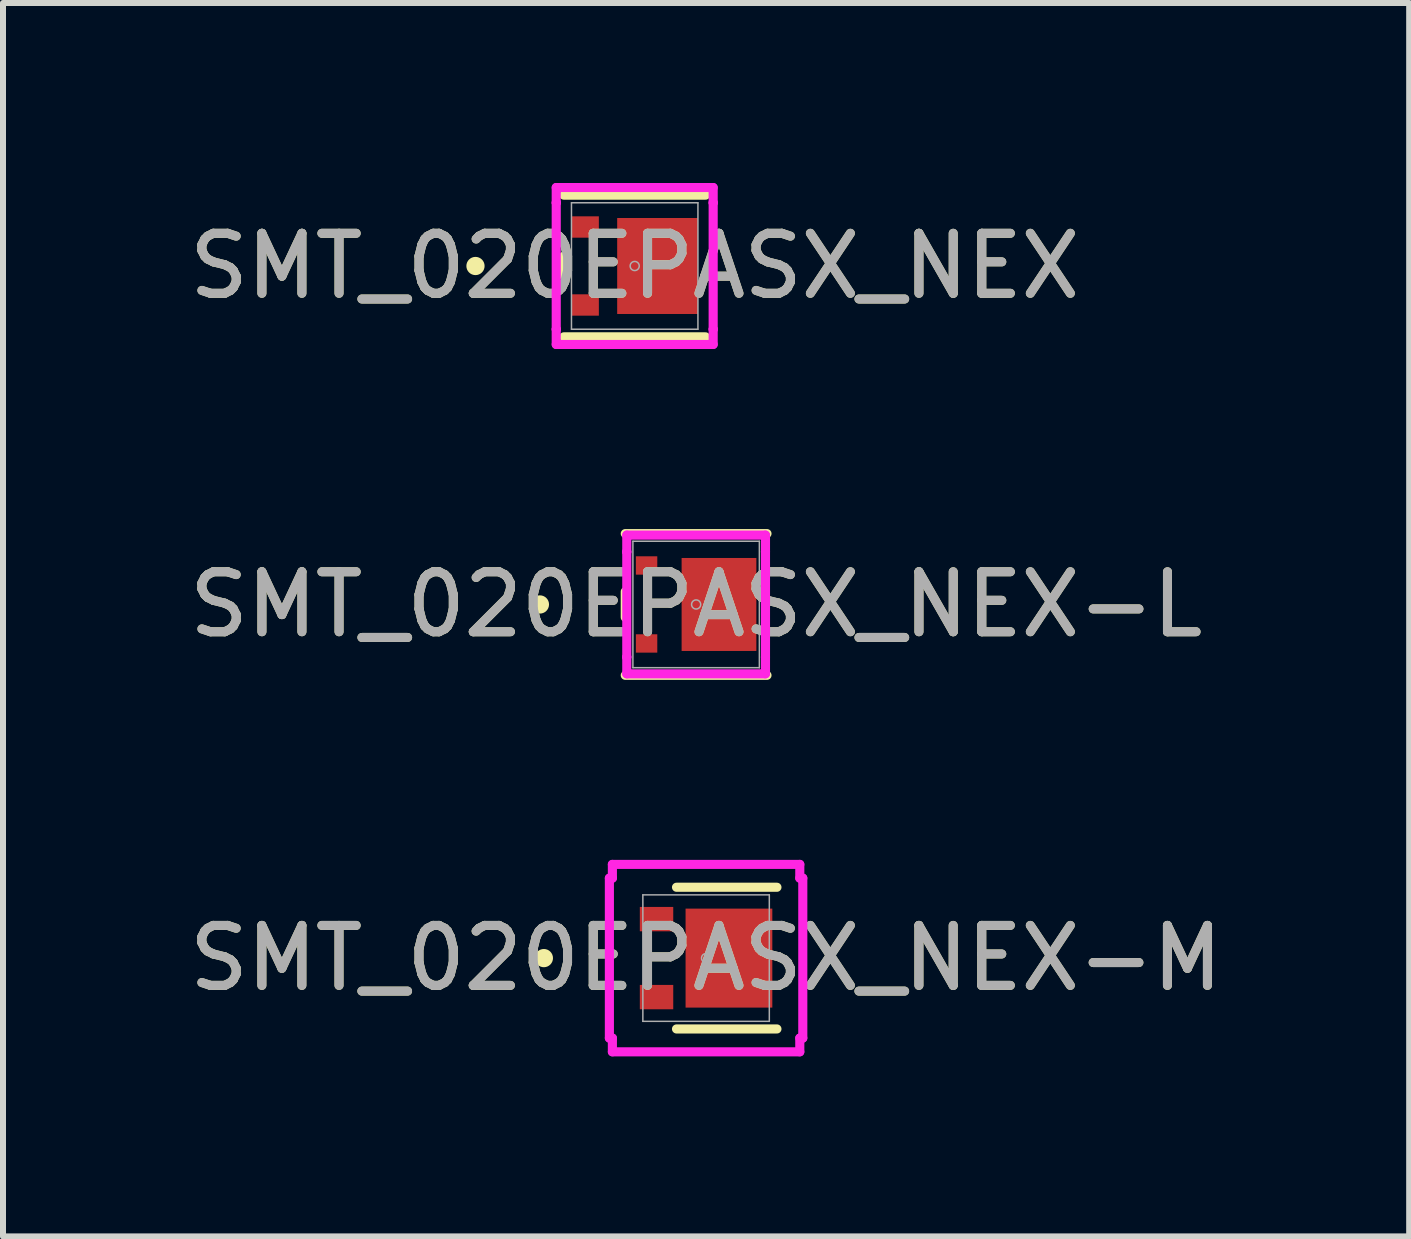
<source format=kicad_pcb>
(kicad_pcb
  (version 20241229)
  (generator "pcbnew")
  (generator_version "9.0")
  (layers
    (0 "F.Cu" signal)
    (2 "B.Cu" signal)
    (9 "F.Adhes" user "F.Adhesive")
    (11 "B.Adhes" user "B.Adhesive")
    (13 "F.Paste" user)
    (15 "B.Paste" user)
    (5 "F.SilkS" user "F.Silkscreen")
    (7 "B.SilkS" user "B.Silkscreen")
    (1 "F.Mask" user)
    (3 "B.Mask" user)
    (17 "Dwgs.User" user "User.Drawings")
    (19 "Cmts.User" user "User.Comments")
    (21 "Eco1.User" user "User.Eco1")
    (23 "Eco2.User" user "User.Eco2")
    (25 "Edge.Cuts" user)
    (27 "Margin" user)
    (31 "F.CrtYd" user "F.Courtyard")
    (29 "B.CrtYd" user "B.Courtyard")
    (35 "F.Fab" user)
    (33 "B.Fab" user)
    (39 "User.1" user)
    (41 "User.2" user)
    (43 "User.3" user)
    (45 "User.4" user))
  (footprint "SMT_020EPASX_NEX"
    (layer "F.Cu")
    (at 7.53 1.384)
    (property "Reference" "SMT_020EPASX_NEX" (at 0 0 0) (unlocked yes) (layer "F.SilkS") (effects (font (size 1 1) (thickness 0.15))))
    (attr smd)
    (fp_line (start -1.181 -0.165) (end -1.181 0.165) (stroke (width 0.152) (type solid)) (layer "F.SilkS"))
    (fp_line (start -1.181 1.181) (end 1.181 1.181) (stroke (width 0.152) (type solid)) (layer "F.SilkS"))
    (fp_line (start 1.181 -1.181) (end -1.181 -1.181) (stroke (width 0.152) (type solid)) (layer "F.SilkS"))
    (fp_circle (center -2.654 0) (end -2.578 0) (stroke (width 0.152) (type solid)) (fill no) (layer "F.SilkS"))
    (fp_line (start -1.308 -1.308) (end 1.308 -1.308) (stroke (width 0.152) (type solid)) (layer "F.CrtYd"))
    (fp_line (start -1.308 -1.054) (end -1.308 -1.308) (stroke (width 0.152) (type solid)) (layer "F.CrtYd"))
    (fp_line (start -1.308 -1.054) (end -1.308 -1.054) (stroke (width 0.152) (type solid)) (layer "F.CrtYd"))
    (fp_line (start -1.308 1.054) (end -1.308 -1.054) (stroke (width 0.152) (type solid)) (layer "F.CrtYd"))
    (fp_line (start -1.308 1.054) (end -1.308 1.054) (stroke (width 0.152) (type solid)) (layer "F.CrtYd"))
    (fp_line (start -1.308 1.308) (end -1.308 1.054) (stroke (width 0.152) (type solid)) (layer "F.CrtYd"))
    (fp_line (start 1.308 -1.308) (end 1.308 -1.054) (stroke (width 0.152) (type solid)) (layer "F.CrtYd"))
    (fp_line (start 1.308 -1.054) (end 1.308 -1.054) (stroke (width 0.152) (type solid)) (layer "F.CrtYd"))
    (fp_line (start 1.308 -1.054) (end 1.308 1.054) (stroke (width 0.152) (type solid)) (layer "F.CrtYd"))
    (fp_line (start 1.308 1.054) (end 1.308 1.054) (stroke (width 0.152) (type solid)) (layer "F.CrtYd"))
    (fp_line (start 1.308 1.054) (end 1.308 1.308) (stroke (width 0.152) (type solid)) (layer "F.CrtYd"))
    (fp_line (start 1.308 1.308) (end -1.308 1.308) (stroke (width 0.152) (type solid)) (layer "F.CrtYd"))
    (fp_line (start -1.054 -1.054) (end -1.054 1.054) (stroke (width 0.025) (type solid)) (layer "F.Fab"))
    (fp_line (start -1.054 1.054) (end 1.054 1.054) (stroke (width 0.025) (type solid)) (layer "F.Fab"))
    (fp_line (start 1.054 -1.054) (end -1.054 -1.054) (stroke (width 0.025) (type solid)) (layer "F.Fab"))
    (fp_line (start 1.054 1.054) (end 1.054 -1.054) (stroke (width 0.025) (type solid)) (layer "F.Fab"))
    (fp_circle (center 0 0) (end 0.076 0) (stroke (width 0.025) (type solid)) (fill no) (layer "F.Fab"))
    (fp_text user "${REFERENCE}" (at 0 0 0) (unlocked yes) (layer "F.Fab") (effects (font (size 1 1) (thickness 0.15))))
    (pad "1" smd rect (at -0.826 -0.65) (size 0.457 0.356) (layers "F.Cu" "F.Mask" "F.Paste"))
    (pad "2" smd rect (at -0.826 0.65) (size 0.457 0.356) (layers "F.Cu" "F.Mask" "F.Paste"))
    (pad "3" smd rect (at 0.381 0) (size 1.346 1.6) (layers "F.Cu" "F.Mask" "F.Paste")))
  (footprint "SMT_020EPASX_NEX-M"
    (layer "F.Cu")
    (at 8.72 12.921)
    (property "Reference" "SMT_020EPASX_NEX-M" (at 0 0 0) (unlocked yes) (layer "F.SilkS") (effects (font (size 1 1) (thickness 0.15))))
    (attr smd)
    (fp_line (start -0.493 1.181) (end 1.181 1.181) (stroke (width 0.152) (type solid)) (layer "F.SilkS"))
    (fp_line (start 1.181 -1.181) (end -0.493 -1.181) (stroke (width 0.152) (type solid)) (layer "F.SilkS"))
    (fp_circle (center -2.704 0) (end -2.628 0) (stroke (width 0.152) (type solid)) (fill no) (layer "F.SilkS"))
    (fp_line (start -1.612 -1.333) (end -1.562 -1.333) (stroke (width 0.152) (type solid)) (layer "F.CrtYd"))
    (fp_line (start -1.612 1.333) (end -1.612 -1.333) (stroke (width 0.152) (type solid)) (layer "F.CrtYd"))
    (fp_line (start -1.612 1.333) (end -1.562 1.333) (stroke (width 0.152) (type solid)) (layer "F.CrtYd"))
    (fp_line (start -1.562 -1.562) (end 1.562 -1.562) (stroke (width 0.152) (type solid)) (layer "F.CrtYd"))
    (fp_line (start -1.562 -1.333) (end -1.562 -1.562) (stroke (width 0.152) (type solid)) (layer "F.CrtYd"))
    (fp_line (start -1.562 1.562) (end -1.562 1.333) (stroke (width 0.152) (type solid)) (layer "F.CrtYd"))
    (fp_line (start 1.562 -1.562) (end 1.562 -1.333) (stroke (width 0.152) (type solid)) (layer "F.CrtYd"))
    (fp_line (start 1.562 1.333) (end 1.562 1.562) (stroke (width 0.152) (type solid)) (layer "F.CrtYd"))
    (fp_line (start 1.562 1.562) (end -1.562 1.562) (stroke (width 0.152) (type solid)) (layer "F.CrtYd"))
    (fp_line (start 1.612 -1.333) (end 1.562 -1.333) (stroke (width 0.152) (type solid)) (layer "F.CrtYd"))
    (fp_line (start 1.612 -1.333) (end 1.612 1.333) (stroke (width 0.152) (type solid)) (layer "F.CrtYd"))
    (fp_line (start 1.612 1.333) (end 1.562 1.333) (stroke (width 0.152) (type solid)) (layer "F.CrtYd"))
    (fp_line (start -1.054 -1.054) (end -1.054 1.054) (stroke (width 0.025) (type solid)) (layer "F.Fab"))
    (fp_line (start -1.054 1.054) (end 1.054 1.054) (stroke (width 0.025) (type solid)) (layer "F.Fab"))
    (fp_line (start 1.054 -1.054) (end -1.054 -1.054) (stroke (width 0.025) (type solid)) (layer "F.Fab"))
    (fp_line (start 1.054 1.054) (end 1.054 -1.054) (stroke (width 0.025) (type solid)) (layer "F.Fab"))
    (fp_circle (center 0 0) (end 0.076 0) (stroke (width 0.025) (type solid)) (fill no) (layer "F.Fab"))
    (fp_text user "${REFERENCE}" (at 0 0 0) (unlocked yes) (layer "F.Fab") (effects (font (size 1 1) (thickness 0.15))))
    (pad "1" smd rect (at -0.826 -0.65) (size 0.557 0.406) (layers "F.Cu" "F.Mask" "F.Paste"))
    (pad "2" smd rect (at -0.826 0.65) (size 0.557 0.406) (layers "F.Cu" "F.Mask" "F.Paste"))
    (pad "3" smd rect (at 0.381 0) (size 1.446 1.65) (layers "F.Cu" "F.Mask" "F.Paste")))
  (footprint "SMT_020EPASX_NEX-L"
    (layer "F.Cu")
    (at 8.554 7.026)
    (property "Reference" "SMT_020EPASX_NEX-L" (at 0 0 0) (unlocked yes) (layer "F.SilkS") (effects (font (size 1 1) (thickness 0.15))))
    (attr smd)
    (fp_line (start -1.181 -0.215) (end -1.181 0.215) (stroke (width 0.152) (type solid)) (layer "F.SilkS"))
    (fp_line (start -1.181 1.181) (end 1.181 1.181) (stroke (width 0.152) (type solid)) (layer "F.SilkS"))
    (fp_line (start 1.181 -1.181) (end -1.181 -1.181) (stroke (width 0.152) (type solid)) (layer "F.SilkS"))
    (fp_circle (center -2.604 0) (end -2.528 0) (stroke (width 0.152) (type solid)) (fill no) (layer "F.SilkS"))
    (fp_line (start -1.156 -1.156) (end 1.156 -1.156) (stroke (width 0.152) (type solid)) (layer "F.CrtYd"))
    (fp_line (start -1.156 -0.877) (end -1.156 -1.156) (stroke (width 0.152) (type solid)) (layer "F.CrtYd"))
    (fp_line (start -1.156 -0.877) (end -1.156 -0.877) (stroke (width 0.152) (type solid)) (layer "F.CrtYd"))
    (fp_line (start -1.156 0.877) (end -1.156 -0.877) (stroke (width 0.152) (type solid)) (layer "F.CrtYd"))
    (fp_line (start -1.156 0.877) (end -1.156 0.877) (stroke (width 0.152) (type solid)) (layer "F.CrtYd"))
    (fp_line (start -1.156 1.156) (end -1.156 0.877) (stroke (width 0.152) (type solid)) (layer "F.CrtYd"))
    (fp_line (start 1.156 -1.156) (end 1.156 -0.877) (stroke (width 0.152) (type solid)) (layer "F.CrtYd"))
    (fp_line (start 1.156 -0.877) (end 1.156 -0.877) (stroke (width 0.152) (type solid)) (layer "F.CrtYd"))
    (fp_line (start 1.156 -0.877) (end 1.156 0.877) (stroke (width 0.152) (type solid)) (layer "F.CrtYd"))
    (fp_line (start 1.156 0.877) (end 1.156 0.877) (stroke (width 0.152) (type solid)) (layer "F.CrtYd"))
    (fp_line (start 1.156 0.877) (end 1.156 1.156) (stroke (width 0.152) (type solid)) (layer "F.CrtYd"))
    (fp_line (start 1.156 1.156) (end -1.156 1.156) (stroke (width 0.152) (type solid)) (layer "F.CrtYd"))
    (fp_line (start -1.054 -1.054) (end -1.054 1.054) (stroke (width 0.025) (type solid)) (layer "F.Fab"))
    (fp_line (start -1.054 1.054) (end 1.054 1.054) (stroke (width 0.025) (type solid)) (layer "F.Fab"))
    (fp_line (start 1.054 -1.054) (end -1.054 -1.054) (stroke (width 0.025) (type solid)) (layer "F.Fab"))
    (fp_line (start 1.054 1.054) (end 1.054 -1.054) (stroke (width 0.025) (type solid)) (layer "F.Fab"))
    (fp_circle (center 0 0) (end 0.076 0) (stroke (width 0.025) (type solid)) (fill no) (layer "F.Fab"))
    (fp_text user "${REFERENCE}" (at 0 0 0) (unlocked yes) (layer "F.Fab") (effects (font (size 1 1) (thickness 0.15))))
    (pad "1" smd rect (at -0.826 -0.65) (size 0.357 0.306) (layers "F.Cu" "F.Mask" "F.Paste"))
    (pad "2" smd rect (at -0.826 0.65) (size 0.357 0.306) (layers "F.Cu" "F.Mask" "F.Paste"))
    (pad "3" smd rect (at 0.381 0) (size 1.246 1.55) (layers "F.Cu" "F.Mask" "F.Paste")))
  (gr_rect
    (start -3 -3)
    (end 20.44 17.56)
    (stroke (width 0.1) (type default))
    (fill no)
    (layer "Edge.Cuts")))
</source>
